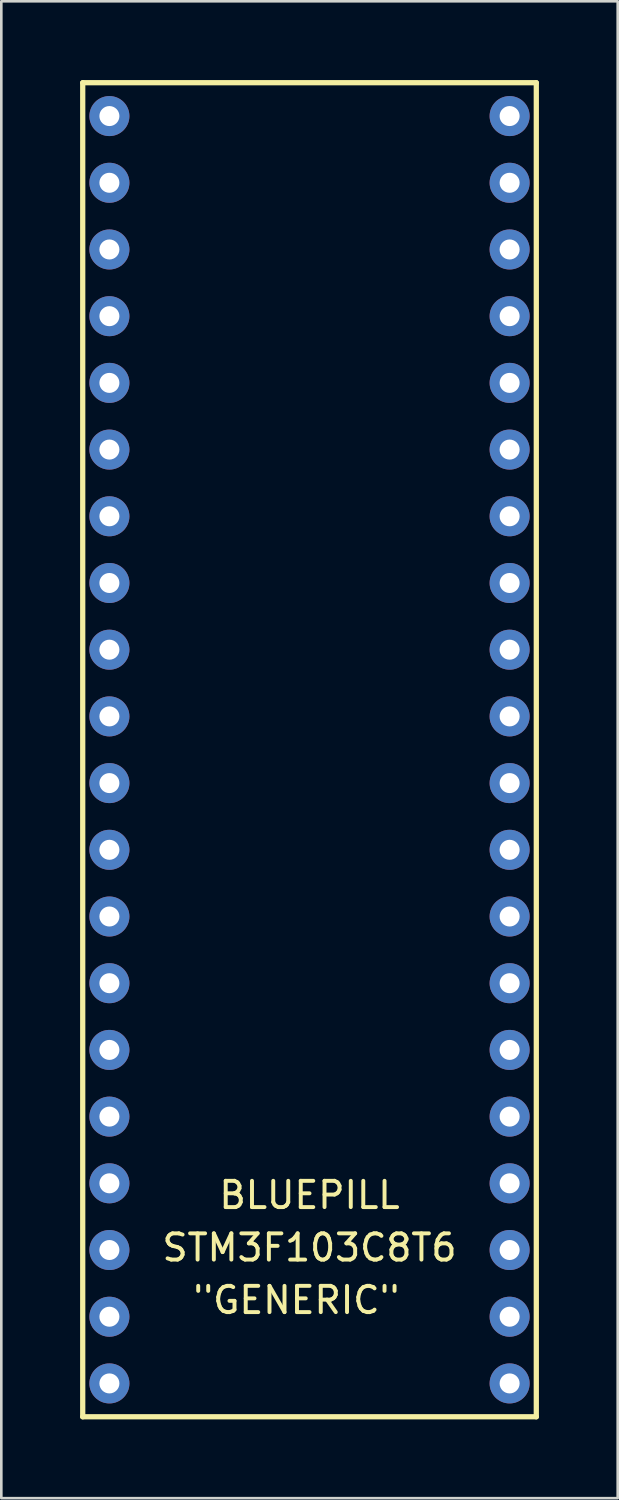
<source format=kicad_pcb>
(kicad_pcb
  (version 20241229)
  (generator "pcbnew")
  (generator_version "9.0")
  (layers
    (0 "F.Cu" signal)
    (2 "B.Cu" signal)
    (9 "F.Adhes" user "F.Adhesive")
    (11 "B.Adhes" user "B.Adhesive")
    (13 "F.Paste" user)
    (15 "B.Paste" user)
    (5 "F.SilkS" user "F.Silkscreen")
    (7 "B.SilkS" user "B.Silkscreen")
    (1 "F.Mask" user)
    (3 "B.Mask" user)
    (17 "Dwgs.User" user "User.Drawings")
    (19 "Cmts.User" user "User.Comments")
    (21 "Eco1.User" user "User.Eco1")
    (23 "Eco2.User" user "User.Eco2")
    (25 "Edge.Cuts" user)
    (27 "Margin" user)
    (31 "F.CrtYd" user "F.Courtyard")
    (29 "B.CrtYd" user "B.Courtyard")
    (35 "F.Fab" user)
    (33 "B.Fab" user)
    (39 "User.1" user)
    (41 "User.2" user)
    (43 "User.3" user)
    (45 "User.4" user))
  (footprint "BLUEPILL"
    (layer "F.Cu")
    (at 8.736 22.96)
    (property "Reference" "BLUEPILL" (at 0 19.5 0) (layer "F.SilkS") (effects (font (size 1 1) (thickness 0.15))))
    (attr through_hole)
    (fp_line (start -8.636 -22.86) (end -8.636 27.94) (stroke (width 0.2) (type solid)) (layer "F.SilkS"))
    (fp_line (start -8.636 27.94) (end 8.636 27.94) (stroke (width 0.2) (type solid)) (layer "F.SilkS"))
    (fp_line (start 8.636 -22.86) (end -8.636 -22.86) (stroke (width 0.2) (type solid)) (layer "F.SilkS"))
    (fp_line (start 8.636 27.94) (end 8.636 -22.86) (stroke (width 0.2) (type solid)) (layer "F.SilkS"))
    (fp_text user "\"GENERIC\"" (at -0.5 23.5 0) (layer "F.SilkS") (effects (font (size 1 1) (thickness 0.15))))
    (fp_text user "STM3F103C8T6" (at 0 21.5 0) (layer "F.SilkS") (effects (font (size 1 1) (thickness 0.15))))
    (pad "1" thru_hole circle (at -7.62 -21.59) (size 1.524 1.524) (drill 0.762) (layers "*.Cu" "*.Mask"))
    (pad "2" thru_hole circle (at -7.62 -19.05) (size 1.524 1.524) (drill 0.762) (layers "*.Cu" "*.Mask"))
    (pad "3" thru_hole circle (at -7.62 -16.51) (size 1.524 1.524) (drill 0.762) (layers "*.Cu" "*.Mask"))
    (pad "4" thru_hole circle (at -7.62 -13.97) (size 1.524 1.524) (drill 0.762) (layers "*.Cu" "*.Mask"))
    (pad "7" thru_hole circle (at -7.62 19.05) (size 1.524 1.524) (drill 0.762) (layers "*.Cu" "*.Mask"))
    (pad "10" thru_hole circle (at -7.62 -11.43) (size 1.524 1.524) (drill 0.762) (layers "*.Cu" "*.Mask"))
    (pad "11" thru_hole circle (at -7.62 -8.89) (size 1.524 1.524) (drill 0.762) (layers "*.Cu" "*.Mask"))
    (pad "12" thru_hole circle (at -7.62 -6.35) (size 1.524 1.524) (drill 0.762) (layers "*.Cu" "*.Mask"))
    (pad "13" thru_hole circle (at -7.62 -3.81) (size 1.524 1.524) (drill 0.762) (layers "*.Cu" "*.Mask"))
    (pad "14" thru_hole circle (at -7.62 -1.27) (size 1.524 1.524) (drill 0.762) (layers "*.Cu" "*.Mask"))
    (pad "15" thru_hole circle (at -7.62 1.27) (size 1.524 1.524) (drill 0.762) (layers "*.Cu" "*.Mask"))
    (pad "16" thru_hole circle (at -7.62 3.81) (size 1.524 1.524) (drill 0.762) (layers "*.Cu" "*.Mask"))
    (pad "17" thru_hole circle (at -7.62 6.35) (size 1.524 1.524) (drill 0.762) (layers "*.Cu" "*.Mask"))
    (pad "18" thru_hole circle (at -7.62 8.89) (size 1.524 1.524) (drill 0.762) (layers "*.Cu" "*.Mask"))
    (pad "19" thru_hole circle (at -7.62 11.43) (size 1.524 1.524) (drill 0.762) (layers "*.Cu" "*.Mask"))
    (pad "21" thru_hole circle (at -7.62 13.97) (size 1.524 1.524) (drill 0.762) (layers "*.Cu" "*.Mask"))
    (pad "22" thru_hole circle (at -7.62 16.51) (size 1.524 1.524) (drill 0.762) (layers "*.Cu" "*.Mask"))
    (pad "25" thru_hole circle (at 7.62 26.67) (size 1.524 1.524) (drill 0.762) (layers "*.Cu" "*.Mask"))
    (pad "26" thru_hole circle (at 7.62 24.13) (size 1.524 1.524) (drill 0.762) (layers "*.Cu" "*.Mask"))
    (pad "27" thru_hole circle (at 7.62 21.59) (size 1.524 1.524) (drill 0.762) (layers "*.Cu" "*.Mask"))
    (pad "28" thru_hole circle (at 7.62 19.05) (size 1.524 1.524) (drill 0.762) (layers "*.Cu" "*.Mask"))
    (pad "29" thru_hole circle (at 7.62 16.51) (size 1.524 1.524) (drill 0.762) (layers "*.Cu" "*.Mask"))
    (pad "30" thru_hole circle (at 7.62 13.97) (size 1.524 1.524) (drill 0.762) (layers "*.Cu" "*.Mask"))
    (pad "31" thru_hole circle (at 7.62 11.43) (size 1.524 1.524) (drill 0.762) (layers "*.Cu" "*.Mask"))
    (pad "32" thru_hole circle (at 7.62 8.89) (size 1.524 1.524) (drill 0.762) (layers "*.Cu" "*.Mask"))
    (pad "33" thru_hole circle (at 7.62 6.35) (size 1.524 1.524) (drill 0.762) (layers "*.Cu" "*.Mask"))
    (pad "38" thru_hole circle (at 7.62 3.81) (size 1.524 1.524) (drill 0.762) (layers "*.Cu" "*.Mask"))
    (pad "39" thru_hole circle (at 7.62 1.27) (size 1.524 1.524) (drill 0.762) (layers "*.Cu" "*.Mask"))
    (pad "40" thru_hole circle (at 7.62 -1.27) (size 1.524 1.524) (drill 0.762) (layers "*.Cu" "*.Mask"))
    (pad "41" thru_hole circle (at 7.62 -3.81) (size 1.524 1.524) (drill 0.762) (layers "*.Cu" "*.Mask"))
    (pad "42" thru_hole circle (at 7.62 -6.35) (size 1.524 1.524) (drill 0.762) (layers "*.Cu" "*.Mask"))
    (pad "43" thru_hole circle (at 7.62 -8.89) (size 1.524 1.524) (drill 0.762) (layers "*.Cu" "*.Mask"))
    (pad "45" thru_hole circle (at 7.62 -11.43) (size 1.524 1.524) (drill 0.762) (layers "*.Cu" "*.Mask"))
    (pad "46" thru_hole circle (at 7.62 -13.97) (size 1.524 1.524) (drill 0.762) (layers "*.Cu" "*.Mask"))
    (pad "70" thru_hole circle (at -7.62 21.59) (size 1.524 1.524) (drill 0.762) (layers "*.Cu" "*.Mask"))
    (pad "71" thru_hole circle (at -7.62 24.13) (size 1.524 1.524) (drill 0.762) (layers "*.Cu" "*.Mask"))
    (pad "72" thru_hole circle (at -7.62 26.67) (size 1.524 1.524) (drill 0.762) (layers "*.Cu" "*.Mask"))
    (pad "73" thru_hole circle (at 7.62 -21.59) (size 1.524 1.524) (drill 0.762) (layers "*.Cu" "*.Mask"))
    (pad "74" thru_hole circle (at 7.62 -19.05) (size 1.524 1.524) (drill 0.762) (layers "*.Cu" "*.Mask"))
    (pad "75" thru_hole circle (at 7.62 -16.51) (size 1.524 1.524) (drill 0.762) (layers "*.Cu" "*.Mask")))
  (gr_rect
    (start -3 -3)
    (end 20.472 54)
    (stroke (width 0.1) (type default))
    (fill no)
    (layer "Edge.Cuts")))
</source>
